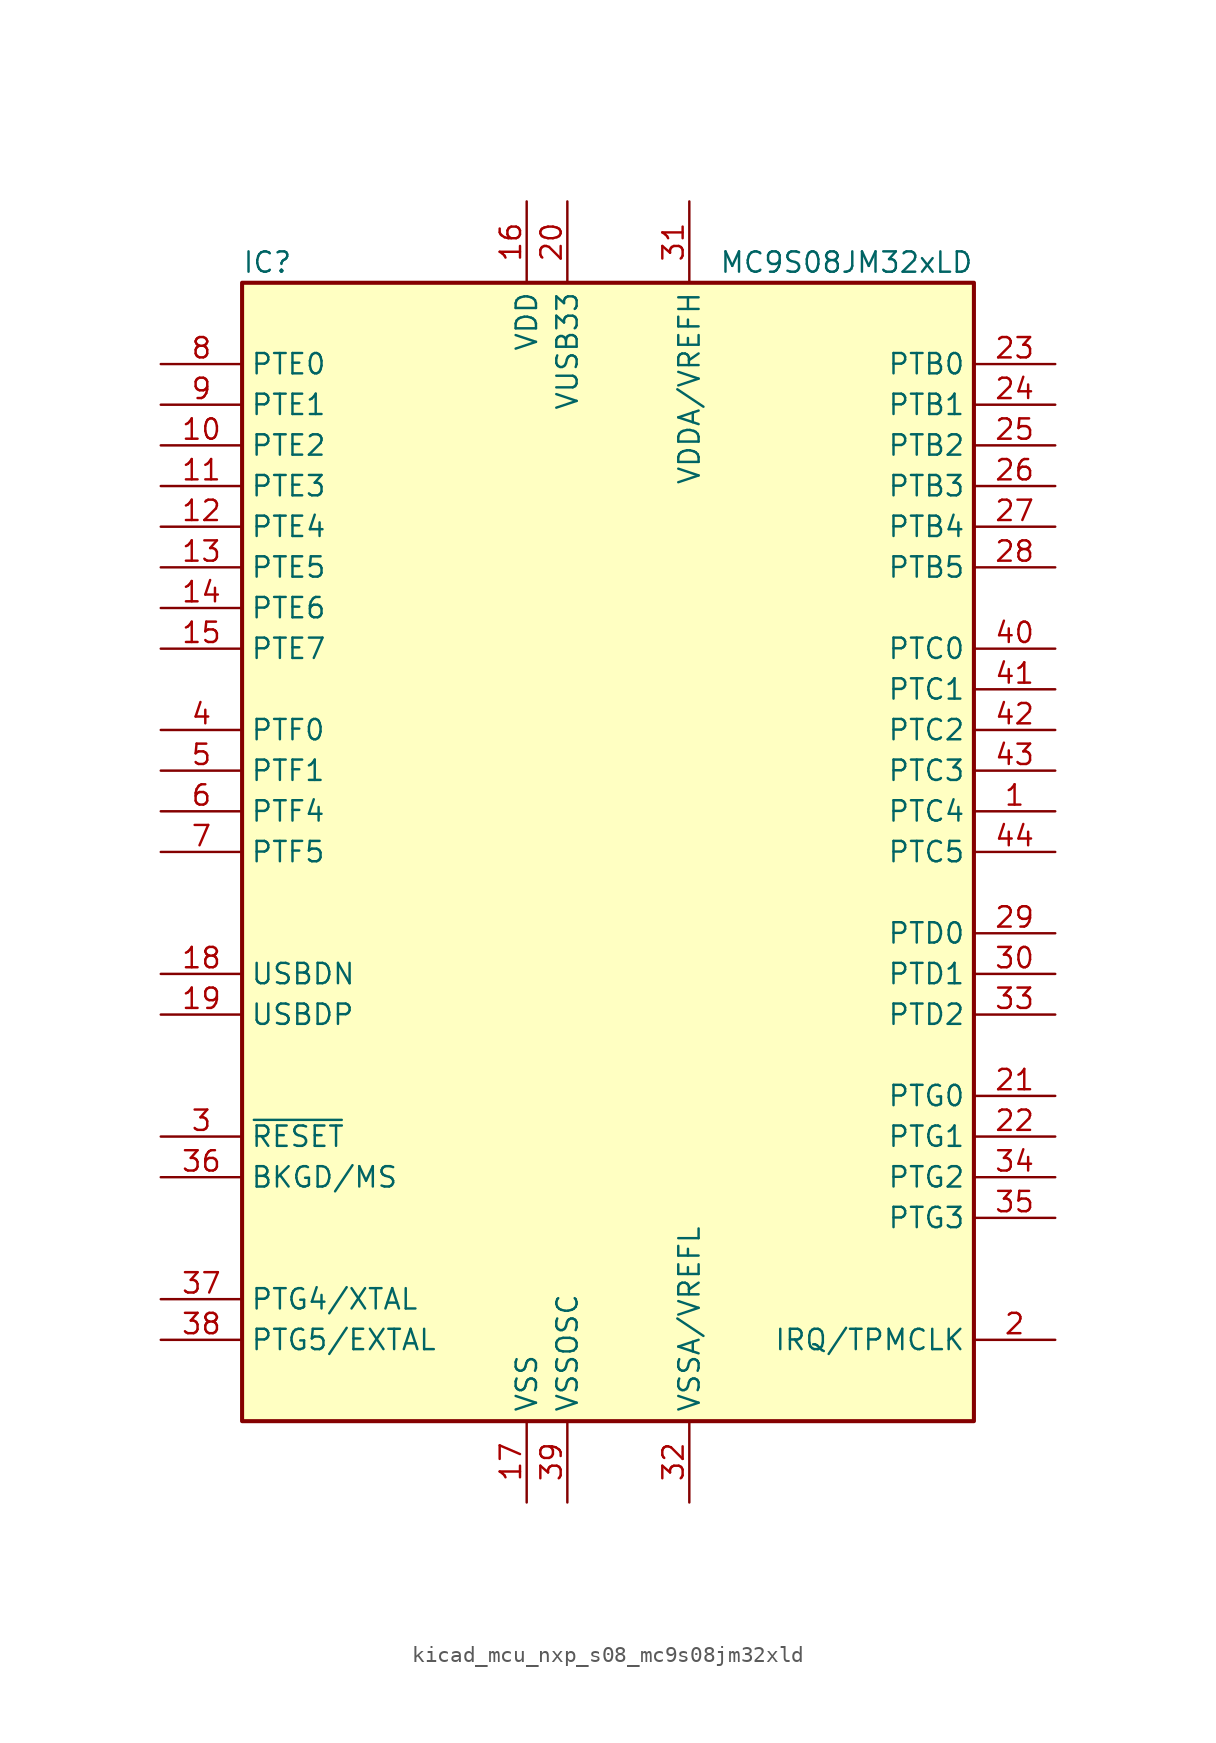
<source format=kicad_sym>
(kicad_symbol_lib
  (version 20220914)
  (generator kicad_symbol_editor)
  (symbol "kicad_mcu_nxp_s08_mc9s08jm32xld"
    (property "Reference" "IC"
      (at -22.86 36.83 0)
      (effects (font (size 1.27 1.27)) (justify left)))
    (property "Value" "MC9S08JM32xLD"
      (at 22.86 36.83 0)
      (effects (font (size 1.27 1.27)) (justify right)))
    (symbol "kicad_mcu_nxp_s08_mc9s08jm32xld_0_1"
      (rectangle (start -22.86 35.56) (end 22.86 -35.56) (stroke (width 0.254) (type default)) (fill (type background))))
    (symbol "kicad_mcu_nxp_s08_mc9s08jm32xld_1_1"
      (pin bidirectional line (at 27.94 2.54 180) (length 5.08) (name "PTC4" (effects (font (size 1.27 1.27)))) (number "1" (effects (font (size 1.27 1.27)))))
      (pin bidirectional line (at -27.94 25.4 0) (length 5.08) (name "PTE2" (effects (font (size 1.27 1.27)))) (number "10" (effects (font (size 1.27 1.27)))))
      (pin bidirectional line (at -27.94 22.86 0) (length 5.08) (name "PTE3" (effects (font (size 1.27 1.27)))) (number "11" (effects (font (size 1.27 1.27)))))
      (pin bidirectional line (at -27.94 20.32 0) (length 5.08) (name "PTE4" (effects (font (size 1.27 1.27)))) (number "12" (effects (font (size 1.27 1.27)))))
      (pin bidirectional line (at -27.94 17.78 0) (length 5.08) (name "PTE5" (effects (font (size 1.27 1.27)))) (number "13" (effects (font (size 1.27 1.27)))))
      (pin bidirectional line (at -27.94 15.24 0) (length 5.08) (name "PTE6" (effects (font (size 1.27 1.27)))) (number "14" (effects (font (size 1.27 1.27)))))
      (pin bidirectional line (at -27.94 12.7 0) (length 5.08) (name "PTE7" (effects (font (size 1.27 1.27)))) (number "15" (effects (font (size 1.27 1.27)))))
      (pin power_in line (at -5.08 40.64 270) (length 5.08) (name "VDD" (effects (font (size 1.27 1.27)))) (number "16" (effects (font (size 1.27 1.27)))))
      (pin power_in line (at -5.08 -40.64 90) (length 5.08) (name "VSS" (effects (font (size 1.27 1.27)))) (number "17" (effects (font (size 1.27 1.27)))))
      (pin bidirectional line (at -27.94 -7.62 0) (length 5.08) (name "USBDN" (effects (font (size 1.27 1.27)))) (number "18" (effects (font (size 1.27 1.27)))))
      (pin bidirectional line (at -27.94 -10.16 0) (length 5.08) (name "USBDP" (effects (font (size 1.27 1.27)))) (number "19" (effects (font (size 1.27 1.27)))))
      (pin bidirectional line (at 27.94 -30.48 180) (length 5.08) (name "IRQ/TPMCLK" (effects (font (size 1.27 1.27)))) (number "2" (effects (font (size 1.27 1.27)))))
      (pin power_out line (at -2.54 40.64 270) (length 5.08) (name "VUSB33" (effects (font (size 1.27 1.27)))) (number "20" (effects (font (size 1.27 1.27)))))
      (pin bidirectional line (at 27.94 -15.24 180) (length 5.08) (name "PTG0" (effects (font (size 1.27 1.27)))) (number "21" (effects (font (size 1.27 1.27)))))
      (pin bidirectional line (at 27.94 -17.78 180) (length 5.08) (name "PTG1" (effects (font (size 1.27 1.27)))) (number "22" (effects (font (size 1.27 1.27)))))
      (pin bidirectional line (at 27.94 30.48 180) (length 5.08) (name "PTB0" (effects (font (size 1.27 1.27)))) (number "23" (effects (font (size 1.27 1.27)))))
      (pin bidirectional line (at 27.94 27.94 180) (length 5.08) (name "PTB1" (effects (font (size 1.27 1.27)))) (number "24" (effects (font (size 1.27 1.27)))))
      (pin bidirectional line (at 27.94 25.4 180) (length 5.08) (name "PTB2" (effects (font (size 1.27 1.27)))) (number "25" (effects (font (size 1.27 1.27)))))
      (pin bidirectional line (at 27.94 22.86 180) (length 5.08) (name "PTB3" (effects (font (size 1.27 1.27)))) (number "26" (effects (font (size 1.27 1.27)))))
      (pin bidirectional line (at 27.94 20.32 180) (length 5.08) (name "PTB4" (effects (font (size 1.27 1.27)))) (number "27" (effects (font (size 1.27 1.27)))))
      (pin bidirectional line (at 27.94 17.78 180) (length 5.08) (name "PTB5" (effects (font (size 1.27 1.27)))) (number "28" (effects (font (size 1.27 1.27)))))
      (pin bidirectional line (at 27.94 -5.08 180) (length 5.08) (name "PTD0" (effects (font (size 1.27 1.27)))) (number "29" (effects (font (size 1.27 1.27)))))
      (pin input line (at -27.94 -17.78 0) (length 5.08) (name "~{RESET}" (effects (font (size 1.27 1.27)))) (number "3" (effects (font (size 1.27 1.27)))))
      (pin bidirectional line (at 27.94 -7.62 180) (length 5.08) (name "PTD1" (effects (font (size 1.27 1.27)))) (number "30" (effects (font (size 1.27 1.27)))))
      (pin power_in line (at 5.08 40.64 270) (length 5.08) (name "VDDA/VREFH" (effects (font (size 1.27 1.27)))) (number "31" (effects (font (size 1.27 1.27)))))
      (pin power_in line (at 5.08 -40.64 90) (length 5.08) (name "VSSA/VREFL" (effects (font (size 1.27 1.27)))) (number "32" (effects (font (size 1.27 1.27)))))
      (pin bidirectional line (at 27.94 -10.16 180) (length 5.08) (name "PTD2" (effects (font (size 1.27 1.27)))) (number "33" (effects (font (size 1.27 1.27)))))
      (pin bidirectional line (at 27.94 -20.32 180) (length 5.08) (name "PTG2" (effects (font (size 1.27 1.27)))) (number "34" (effects (font (size 1.27 1.27)))))
      (pin bidirectional line (at 27.94 -22.86 180) (length 5.08) (name "PTG3" (effects (font (size 1.27 1.27)))) (number "35" (effects (font (size 1.27 1.27)))))
      (pin bidirectional line (at -27.94 -20.32 0) (length 5.08) (name "BKGD/MS" (effects (font (size 1.27 1.27)))) (number "36" (effects (font (size 1.27 1.27)))))
      (pin bidirectional line (at -27.94 -27.94 0) (length 5.08) (name "PTG4/XTAL" (effects (font (size 1.27 1.27)))) (number "37" (effects (font (size 1.27 1.27)))))
      (pin bidirectional line (at -27.94 -30.48 0) (length 5.08) (name "PTG5/EXTAL" (effects (font (size 1.27 1.27)))) (number "38" (effects (font (size 1.27 1.27)))))
      (pin power_in line (at -2.54 -40.64 90) (length 5.08) (name "VSSOSC" (effects (font (size 1.27 1.27)))) (number "39" (effects (font (size 1.27 1.27)))))
      (pin bidirectional line (at -27.94 7.62 0) (length 5.08) (name "PTF0" (effects (font (size 1.27 1.27)))) (number "4" (effects (font (size 1.27 1.27)))))
      (pin bidirectional line (at 27.94 12.7 180) (length 5.08) (name "PTC0" (effects (font (size 1.27 1.27)))) (number "40" (effects (font (size 1.27 1.27)))))
      (pin bidirectional line (at 27.94 10.16 180) (length 5.08) (name "PTC1" (effects (font (size 1.27 1.27)))) (number "41" (effects (font (size 1.27 1.27)))))
      (pin bidirectional line (at 27.94 7.62 180) (length 5.08) (name "PTC2" (effects (font (size 1.27 1.27)))) (number "42" (effects (font (size 1.27 1.27)))))
      (pin bidirectional line (at 27.94 5.08 180) (length 5.08) (name "PTC3" (effects (font (size 1.27 1.27)))) (number "43" (effects (font (size 1.27 1.27)))))
      (pin bidirectional line (at 27.94 0 180) (length 5.08) (name "PTC5" (effects (font (size 1.27 1.27)))) (number "44" (effects (font (size 1.27 1.27)))))
      (pin bidirectional line (at -27.94 5.08 0) (length 5.08) (name "PTF1" (effects (font (size 1.27 1.27)))) (number "5" (effects (font (size 1.27 1.27)))))
      (pin bidirectional line (at -27.94 2.54 0) (length 5.08) (name "PTF4" (effects (font (size 1.27 1.27)))) (number "6" (effects (font (size 1.27 1.27)))))
      (pin bidirectional line (at -27.94 0 0) (length 5.08) (name "PTF5" (effects (font (size 1.27 1.27)))) (number "7" (effects (font (size 1.27 1.27)))))
      (pin bidirectional line (at -27.94 30.48 0) (length 5.08) (name "PTE0" (effects (font (size 1.27 1.27)))) (number "8" (effects (font (size 1.27 1.27)))))
      (pin bidirectional line (at -27.94 27.94 0) (length 5.08) (name "PTE1" (effects (font (size 1.27 1.27)))) (number "9" (effects (font (size 1.27 1.27))))))))
</source>
